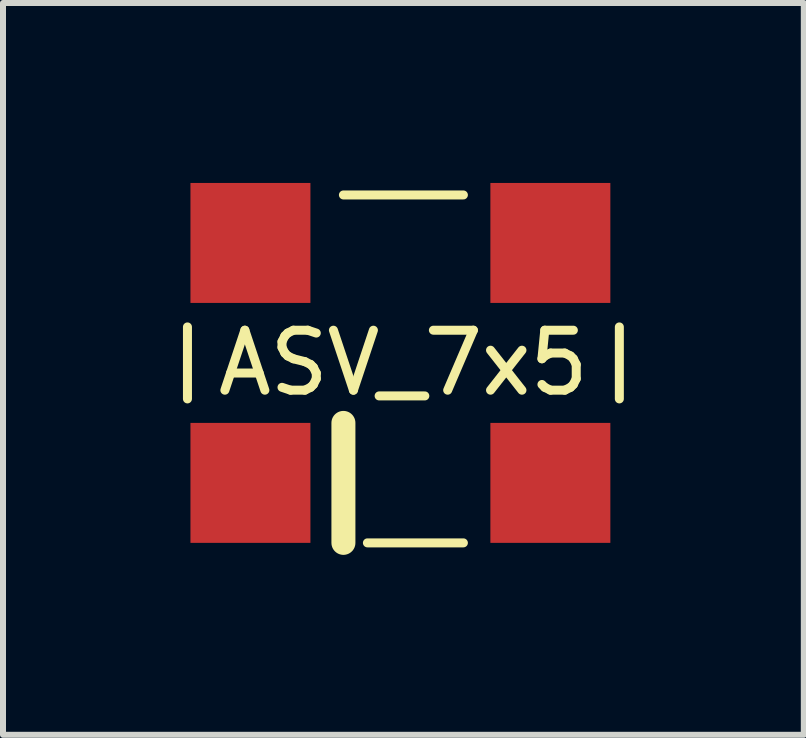
<source format=kicad_pcb>
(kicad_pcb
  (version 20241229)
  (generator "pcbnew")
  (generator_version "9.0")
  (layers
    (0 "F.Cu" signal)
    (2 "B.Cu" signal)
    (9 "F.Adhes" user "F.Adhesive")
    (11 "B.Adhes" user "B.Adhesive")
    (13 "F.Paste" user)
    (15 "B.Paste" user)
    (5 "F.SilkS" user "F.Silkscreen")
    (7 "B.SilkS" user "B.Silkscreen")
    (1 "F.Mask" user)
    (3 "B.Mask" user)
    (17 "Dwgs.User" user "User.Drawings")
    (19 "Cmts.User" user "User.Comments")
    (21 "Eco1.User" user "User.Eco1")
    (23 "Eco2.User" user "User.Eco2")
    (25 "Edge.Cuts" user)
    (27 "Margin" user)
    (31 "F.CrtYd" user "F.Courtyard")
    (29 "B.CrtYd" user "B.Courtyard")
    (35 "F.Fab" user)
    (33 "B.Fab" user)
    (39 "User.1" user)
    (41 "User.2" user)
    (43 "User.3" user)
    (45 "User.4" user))
  (footprint "ASV_7x5"
    (layer "F.Cu")
    (at 3.675 3)
    (property "Reference" "ASV_7x5" (at 0 0 0) (layer "F.SilkS") (effects (font (size 1 1) (thickness 0.15))))
    (attr through_hole)
    (fp_line (start -3.6 -0.6) (end -3.6 0.6) (stroke (width 0.15) (type solid)) (layer "F.SilkS"))
    (fp_line (start -1 -2.8) (end 1 -2.8) (stroke (width 0.15) (type solid)) (layer "F.SilkS"))
    (fp_line (start -1 1) (end -1 3) (stroke (width 0.4) (type solid)) (layer "F.SilkS"))
    (fp_line (start 1 3) (end -0.6 3) (stroke (width 0.15) (type solid)) (layer "F.SilkS"))
    (fp_line (start 3.6 -0.6) (end 3.6 0.6) (stroke (width 0.15) (type solid)) (layer "F.SilkS"))
    (pad "1" smd rect (at -2.55 2) (size 2 2) (layers "F.Cu" "F.Mask" "F.Paste"))
    (pad "2" smd rect (at 2.45 2) (size 2 2) (layers "F.Cu" "F.Mask" "F.Paste"))
    (pad "3" smd rect (at 2.45 -2) (size 2 2) (layers "F.Cu" "F.Mask" "F.Paste"))
    (pad "4" smd rect (at -2.55 -2) (size 2 2) (layers "F.Cu" "F.Mask" "F.Paste")))
  (gr_rect
    (start -3 -3)
    (end 10.35 9.2)
    (stroke (width 0.1) (type default))
    (fill no)
    (layer "Edge.Cuts")))
</source>
